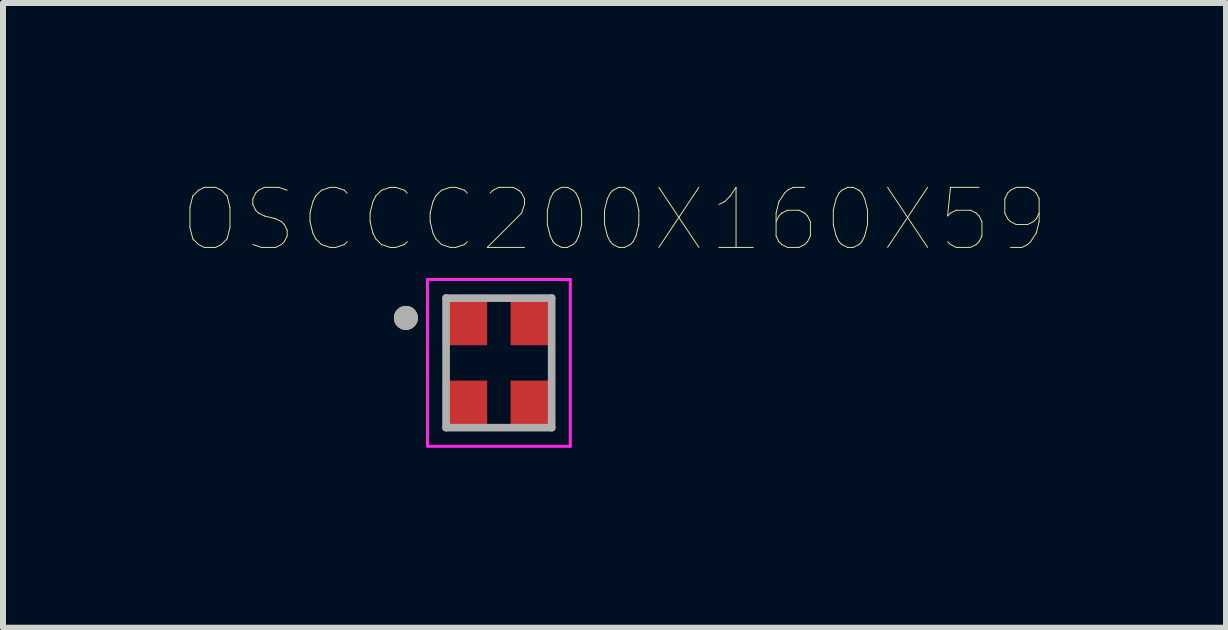
<source format=kicad_pcb>
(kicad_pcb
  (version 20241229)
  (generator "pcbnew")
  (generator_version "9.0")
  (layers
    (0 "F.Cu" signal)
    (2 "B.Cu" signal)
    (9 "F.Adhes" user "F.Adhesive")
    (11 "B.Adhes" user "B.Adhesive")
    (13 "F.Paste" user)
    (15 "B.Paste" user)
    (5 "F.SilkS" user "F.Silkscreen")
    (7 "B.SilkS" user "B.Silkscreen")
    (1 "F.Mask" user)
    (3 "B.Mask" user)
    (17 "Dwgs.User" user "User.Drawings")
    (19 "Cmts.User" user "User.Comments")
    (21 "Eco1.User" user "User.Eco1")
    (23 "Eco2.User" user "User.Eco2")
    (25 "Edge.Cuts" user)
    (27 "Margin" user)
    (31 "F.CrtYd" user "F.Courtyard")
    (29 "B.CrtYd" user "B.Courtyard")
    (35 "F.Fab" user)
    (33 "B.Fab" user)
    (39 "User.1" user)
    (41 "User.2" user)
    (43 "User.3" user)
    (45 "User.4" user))
  (footprint "OSCCC200X160X59"
    (layer "F.Cu")
    (at 5.267 3)
    (property "Reference" "OSCCC200X160X59" (at 1.928 -2.388 0) (layer "F.SilkS") (effects (font (size 1.001 1.001) (thickness 0.015))))
    (attr through_hole)
    (fp_circle (center -1.55 -0.75) (end -1.45 -0.75) (stroke (width 0.2) (type solid)) (fill no) (layer "F.SilkS"))
    (fp_line (start -1.19 -1.39) (end 1.19 -1.39) (stroke (width 0.05) (type solid)) (layer "F.CrtYd"))
    (fp_line (start -1.19 1.39) (end -1.19 -1.39) (stroke (width 0.05) (type solid)) (layer "F.CrtYd"))
    (fp_line (start 1.19 -1.39) (end 1.19 1.39) (stroke (width 0.05) (type solid)) (layer "F.CrtYd"))
    (fp_line (start 1.19 1.39) (end -1.19 1.39) (stroke (width 0.05) (type solid)) (layer "F.CrtYd"))
    (fp_line (start -0.88 -1.08) (end 0.88 -1.08) (stroke (width 0.127) (type solid)) (layer "F.Fab"))
    (fp_line (start -0.88 1.08) (end -0.88 -1.08) (stroke (width 0.127) (type solid)) (layer "F.Fab"))
    (fp_line (start 0.88 -1.08) (end 0.88 1.08) (stroke (width 0.127) (type solid)) (layer "F.Fab"))
    (fp_line (start 0.88 1.08) (end -0.88 1.08) (stroke (width 0.127) (type solid)) (layer "F.Fab"))
    (fp_circle (center -1.55 -0.75) (end -1.45 -0.75) (stroke (width 0.2) (type solid)) (fill no) (layer "F.Fab"))
    (pad "1" smd rect (at -0.565 -0.715) (size 0.74 0.84) (layers "F.Cu" "F.Mask" "F.Paste"))
    (pad "2" smd rect (at -0.565 0.715) (size 0.74 0.84) (layers "F.Cu" "F.Mask" "F.Paste"))
    (pad "3" smd rect (at 0.565 0.715) (size 0.74 0.84) (layers "F.Cu" "F.Mask" "F.Paste"))
    (pad "4" smd rect (at 0.565 -0.715) (size 0.74 0.84) (layers "F.Cu" "F.Mask" "F.Paste")))
  (gr_rect
    (start -3 -3)
    (end 17.389 7.415)
    (stroke (width 0.1) (type default))
    (fill no)
    (layer "Edge.Cuts")))
</source>
